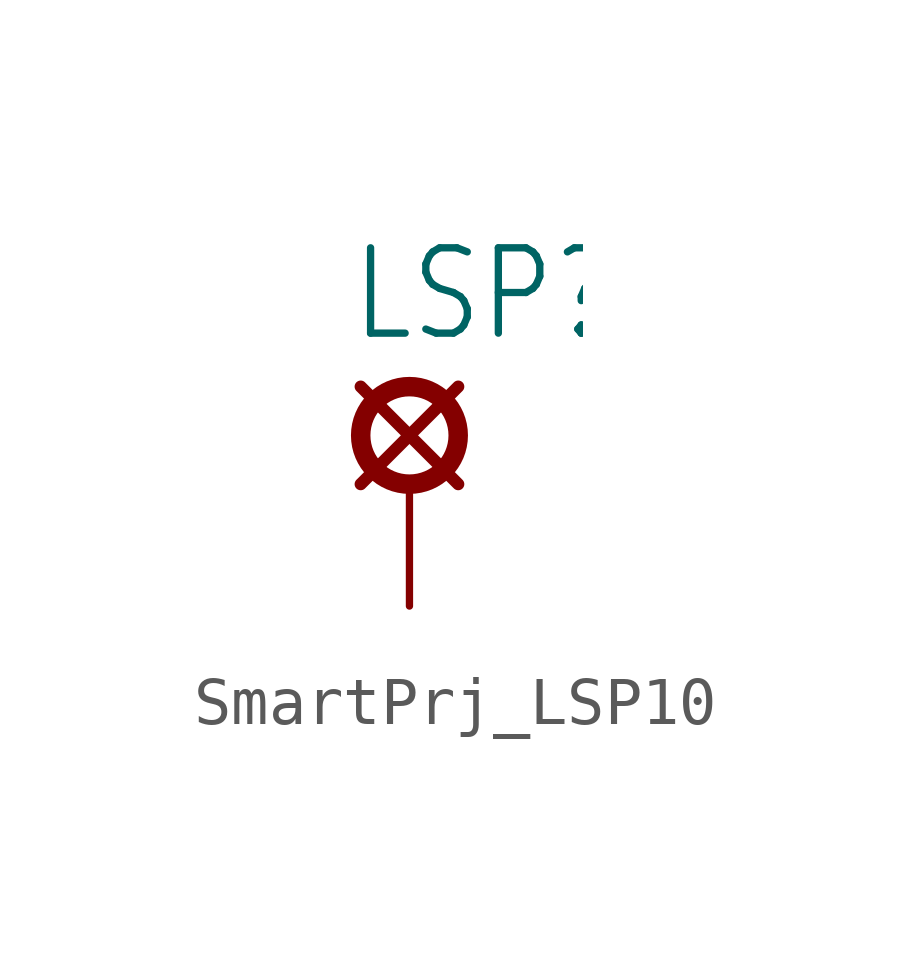
<source format=kicad_sym>
(kicad_symbol_lib
  (version 20220914)
  (generator kicad_symbol_editor)
  (symbol "SmartPrj_LSP10"
    (property "Reference" "LSP"
      (at -1.27 2.921 0)
      (effects (font (size 1.778 1.511)) (justify left bottom)))
    (property "ki_locked" ""
      (at 0 0 0)
      (effects (font (size 1.27 1.27))))
    (symbol "SmartPrj_LSP10_1_0"
      (polyline (pts (xy -1.016 0) (xy 1.016 2.032)) (stroke (width 0.254) (type solid)) (fill (type none)))
      (polyline (pts (xy -1.016 2.032) (xy 1.016 0)) (stroke (width 0.254) (type solid)) (fill (type none)))
      (circle (center 0 1.016) (radius 1.016) (stroke (width 0.406) (type solid)) (fill (type none)))
      (pin passive line (at 0 -2.54 90) (length 2.54) (name "MP" (effects (font (size 0 0)))) (number "MP" (effects (font (size 0 0))))))))
</source>
